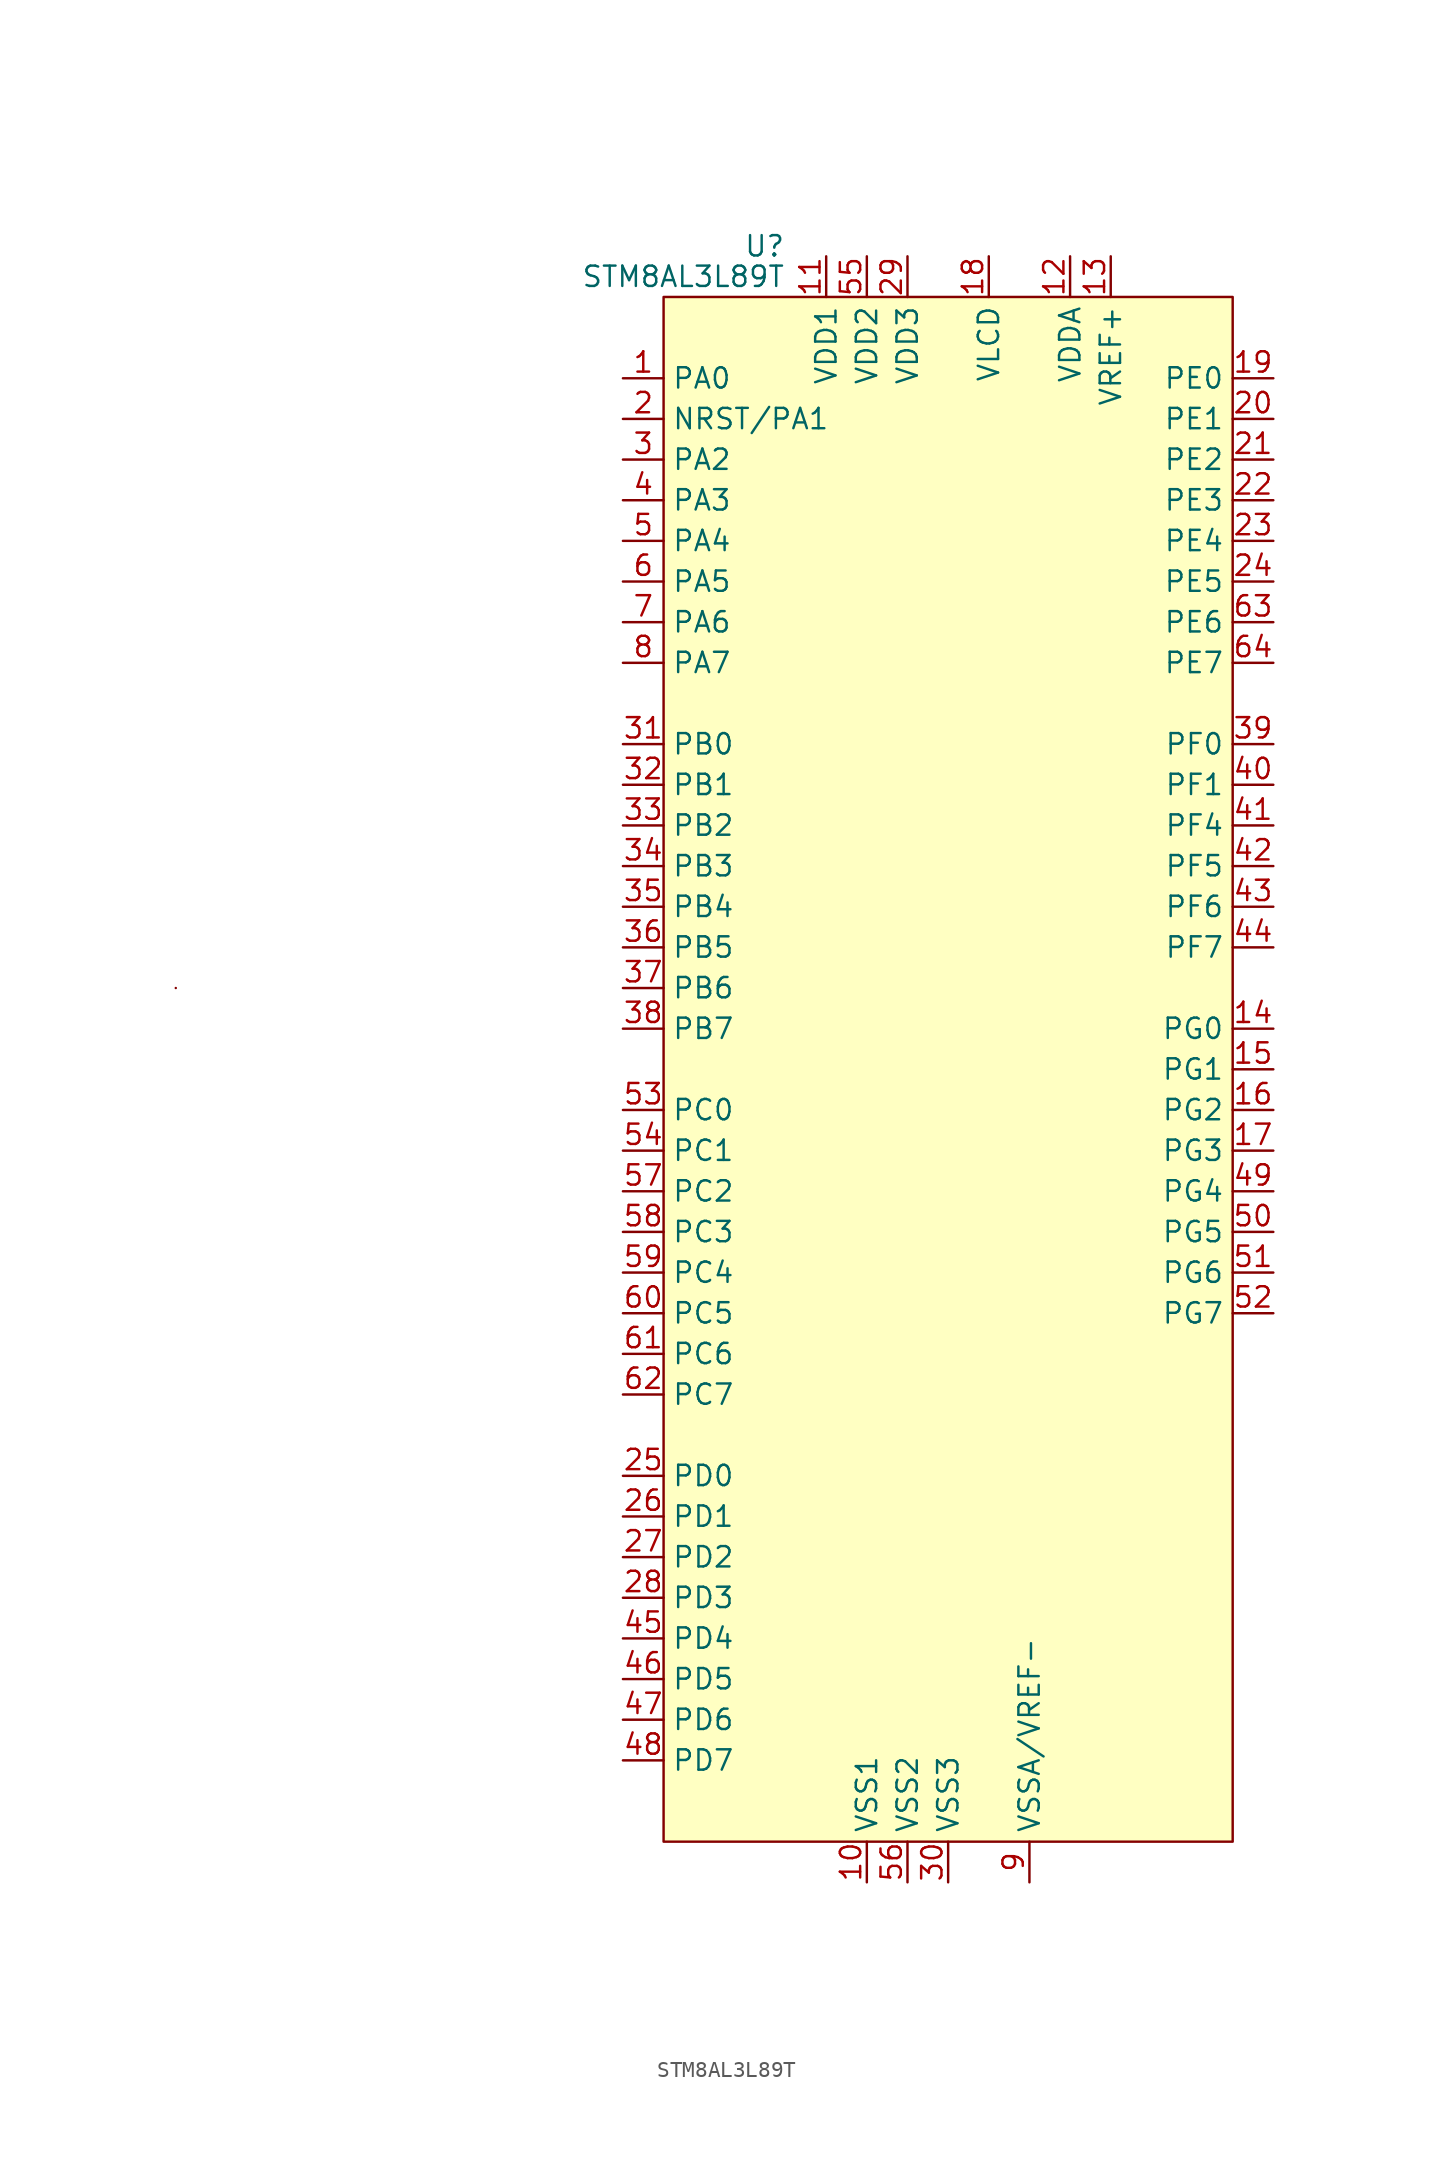
<source format=kicad_sym>
(kicad_symbol_lib
  (version 20241209)
  (generator "kicad_symbol_editor")
  (generator_version "9.0")
  (symbol "STM8AL3L89T"
    (property "Reference" "U"
      (at -10.16 51.435 0)
      (effects (font (size 1.27 1.27)) (justify right)))
    (property "Value" "STM8AL3L89T"
      (at -10.16 49.53 0)
      (effects (font (size 1.27 1.27)) (justify right)))
    (symbol "STM8AL3L89T_0_0"
      (pin bidirectional line (at -20.32 43.18 0) (length 2.54) (name "PA0" (effects (font (size 1.27 1.27)))) (number "1" (effects (font (size 1.27 1.27)))))
      (pin bidirectional line (at -20.32 40.64 0) (length 2.54) (name "NRST/PA1" (effects (font (size 1.27 1.27)))) (number "2" (effects (font (size 1.27 1.27)))))
      (pin bidirectional line (at -20.32 38.1 0) (length 2.54) (name "PA2" (effects (font (size 1.27 1.27)))) (number "3" (effects (font (size 1.27 1.27)))))
      (pin bidirectional line (at -20.32 35.56 0) (length 2.54) (name "PA3" (effects (font (size 1.27 1.27)))) (number "4" (effects (font (size 1.27 1.27)))))
      (pin bidirectional line (at -20.32 33.02 0) (length 2.54) (name "PA4" (effects (font (size 1.27 1.27)))) (number "5" (effects (font (size 1.27 1.27)))))
      (pin bidirectional line (at -20.32 30.48 0) (length 2.54) (name "PA5" (effects (font (size 1.27 1.27)))) (number "6" (effects (font (size 1.27 1.27)))))
      (pin bidirectional line (at -20.32 27.94 0) (length 2.54) (name "PA6" (effects (font (size 1.27 1.27)))) (number "7" (effects (font (size 1.27 1.27)))))
      (pin bidirectional line (at -20.32 25.4 0) (length 2.54) (name "PA7" (effects (font (size 1.27 1.27)))) (number "8" (effects (font (size 1.27 1.27)))))
      (pin bidirectional line (at -20.32 20.32 0) (length 2.54) (name "PB0" (effects (font (size 1.27 1.27)))) (number "31" (effects (font (size 1.27 1.27)))))
      (pin bidirectional line (at -20.32 17.78 0) (length 2.54) (name "PB1" (effects (font (size 1.27 1.27)))) (number "32" (effects (font (size 1.27 1.27)))))
      (pin bidirectional line (at -20.32 15.24 0) (length 2.54) (name "PB2" (effects (font (size 1.27 1.27)))) (number "33" (effects (font (size 1.27 1.27)))))
      (pin bidirectional line (at -20.32 12.7 0) (length 2.54) (name "PB3" (effects (font (size 1.27 1.27)))) (number "34" (effects (font (size 1.27 1.27)))))
      (pin bidirectional line (at -20.32 10.16 0) (length 2.54) (name "PB4" (effects (font (size 1.27 1.27)))) (number "35" (effects (font (size 1.27 1.27)))))
      (pin bidirectional line (at -20.32 7.62 0) (length 2.54) (name "PB5" (effects (font (size 1.27 1.27)))) (number "36" (effects (font (size 1.27 1.27)))))
      (pin bidirectional line (at -20.32 5.08 0) (length 2.54) (name "PB6" (effects (font (size 1.27 1.27)))) (number "37" (effects (font (size 1.27 1.27)))))
      (pin bidirectional line (at -20.32 2.54 0) (length 2.54) (name "PB7" (effects (font (size 1.27 1.27)))) (number "38" (effects (font (size 1.27 1.27)))))
      (pin bidirectional line (at -20.32 -2.54 0) (length 2.54) (name "PC0" (effects (font (size 1.27 1.27)))) (number "53" (effects (font (size 1.27 1.27)))))
      (pin bidirectional line (at -20.32 -5.08 0) (length 2.54) (name "PC1" (effects (font (size 1.27 1.27)))) (number "54" (effects (font (size 1.27 1.27)))))
      (pin bidirectional line (at -20.32 -7.62 0) (length 2.54) (name "PC2" (effects (font (size 1.27 1.27)))) (number "57" (effects (font (size 1.27 1.27)))))
      (pin bidirectional line (at -20.32 -10.16 0) (length 2.54) (name "PC3" (effects (font (size 1.27 1.27)))) (number "58" (effects (font (size 1.27 1.27)))))
      (pin bidirectional line (at -20.32 -12.7 0) (length 2.54) (name "PC4" (effects (font (size 1.27 1.27)))) (number "59" (effects (font (size 1.27 1.27)))))
      (pin bidirectional line (at -20.32 -15.24 0) (length 2.54) (name "PC5" (effects (font (size 1.27 1.27)))) (number "60" (effects (font (size 1.27 1.27)))))
      (pin bidirectional line (at -20.32 -17.78 0) (length 2.54) (name "PC6" (effects (font (size 1.27 1.27)))) (number "61" (effects (font (size 1.27 1.27)))))
      (pin bidirectional line (at -20.32 -20.32 0) (length 2.54) (name "PC7" (effects (font (size 1.27 1.27)))) (number "62" (effects (font (size 1.27 1.27)))))
      (pin bidirectional line (at -20.32 -25.4 0) (length 2.54) (name "PD0" (effects (font (size 1.27 1.27)))) (number "25" (effects (font (size 1.27 1.27)))))
      (pin bidirectional line (at -20.32 -27.94 0) (length 2.54) (name "PD1" (effects (font (size 1.27 1.27)))) (number "26" (effects (font (size 1.27 1.27)))))
      (pin bidirectional line (at -20.32 -30.48 0) (length 2.54) (name "PD2" (effects (font (size 1.27 1.27)))) (number "27" (effects (font (size 1.27 1.27)))))
      (pin bidirectional line (at -20.32 -33.02 0) (length 2.54) (name "PD3" (effects (font (size 1.27 1.27)))) (number "28" (effects (font (size 1.27 1.27)))))
      (pin bidirectional line (at -20.32 -35.56 0) (length 2.54) (name "PD4" (effects (font (size 1.27 1.27)))) (number "45" (effects (font (size 1.27 1.27)))))
      (pin bidirectional line (at -20.32 -38.1 0) (length 2.54) (name "PD5" (effects (font (size 1.27 1.27)))) (number "46" (effects (font (size 1.27 1.27)))))
      (pin bidirectional line (at -20.32 -40.64 0) (length 2.54) (name "PD6" (effects (font (size 1.27 1.27)))) (number "47" (effects (font (size 1.27 1.27)))))
      (pin bidirectional line (at -20.32 -43.18 0) (length 2.54) (name "PD7" (effects (font (size 1.27 1.27)))) (number "48" (effects (font (size 1.27 1.27)))))
      (pin power_in line (at -7.62 50.8 270) (length 2.54) (name "VDD1" (effects (font (size 1.27 1.27)))) (number "11" (effects (font (size 1.27 1.27)))))
      (pin power_in line (at -5.08 50.8 270) (length 2.54) (name "VDD2" (effects (font (size 1.27 1.27)))) (number "55" (effects (font (size 1.27 1.27)))))
      (pin power_in line (at -5.08 -50.8 90) (length 2.54) (name "VSS1" (effects (font (size 1.27 1.27)))) (number "10" (effects (font (size 1.27 1.27)))))
      (pin power_in line (at -2.54 50.8 270) (length 2.54) (name "VDD3" (effects (font (size 1.27 1.27)))) (number "29" (effects (font (size 1.27 1.27)))))
      (pin power_in line (at -2.54 -50.8 90) (length 2.54) (name "VSS2" (effects (font (size 1.27 1.27)))) (number "56" (effects (font (size 1.27 1.27)))))
      (pin power_in line (at 0 -50.8 90) (length 2.54) (name "VSS3" (effects (font (size 1.27 1.27)))) (number "30" (effects (font (size 1.27 1.27)))))
      (pin power_in line (at 2.54 50.8 270) (length 2.54) (name "VLCD" (effects (font (size 1.27 1.27)))) (number "18" (effects (font (size 1.27 1.27)))))
      (pin power_in line (at 5.08 -50.8 90) (length 2.54) (name "VSSA/VREF-" (effects (font (size 1.27 1.27)))) (number "9" (effects (font (size 1.27 1.27)))))
      (pin power_in line (at 7.62 50.8 270) (length 2.54) (name "VDDA" (effects (font (size 1.27 1.27)))) (number "12" (effects (font (size 1.27 1.27)))))
      (pin power_in line (at 10.16 50.8 270) (length 2.54) (name "VREF+" (effects (font (size 1.27 1.27)))) (number "13" (effects (font (size 1.27 1.27)))))
      (pin bidirectional line (at 20.32 43.18 180) (length 2.54) (name "PE0" (effects (font (size 1.27 1.27)))) (number "19" (effects (font (size 1.27 1.27)))))
      (pin bidirectional line (at 20.32 40.64 180) (length 2.54) (name "PE1" (effects (font (size 1.27 1.27)))) (number "20" (effects (font (size 1.27 1.27)))))
      (pin bidirectional line (at 20.32 38.1 180) (length 2.54) (name "PE2" (effects (font (size 1.27 1.27)))) (number "21" (effects (font (size 1.27 1.27)))))
      (pin bidirectional line (at 20.32 35.56 180) (length 2.54) (name "PE3" (effects (font (size 1.27 1.27)))) (number "22" (effects (font (size 1.27 1.27)))))
      (pin bidirectional line (at 20.32 33.02 180) (length 2.54) (name "PE4" (effects (font (size 1.27 1.27)))) (number "23" (effects (font (size 1.27 1.27)))))
      (pin bidirectional line (at 20.32 30.48 180) (length 2.54) (name "PE5" (effects (font (size 1.27 1.27)))) (number "24" (effects (font (size 1.27 1.27)))))
      (pin bidirectional line (at 20.32 27.94 180) (length 2.54) (name "PE6" (effects (font (size 1.27 1.27)))) (number "63" (effects (font (size 1.27 1.27)))))
      (pin bidirectional line (at 20.32 25.4 180) (length 2.54) (name "PE7" (effects (font (size 1.27 1.27)))) (number "64" (effects (font (size 1.27 1.27)))))
      (pin bidirectional line (at 20.32 20.32 180) (length 2.54) (name "PF0" (effects (font (size 1.27 1.27)))) (number "39" (effects (font (size 1.27 1.27)))))
      (pin bidirectional line (at 20.32 17.78 180) (length 2.54) (name "PF1" (effects (font (size 1.27 1.27)))) (number "40" (effects (font (size 1.27 1.27)))))
      (pin bidirectional line (at 20.32 15.24 180) (length 2.54) (name "PF4" (effects (font (size 1.27 1.27)))) (number "41" (effects (font (size 1.27 1.27)))))
      (pin bidirectional line (at 20.32 12.7 180) (length 2.54) (name "PF5" (effects (font (size 1.27 1.27)))) (number "42" (effects (font (size 1.27 1.27)))))
      (pin bidirectional line (at 20.32 10.16 180) (length 2.54) (name "PF6" (effects (font (size 1.27 1.27)))) (number "43" (effects (font (size 1.27 1.27)))))
      (pin bidirectional line (at 20.32 7.62 180) (length 2.54) (name "PF7" (effects (font (size 1.27 1.27)))) (number "44" (effects (font (size 1.27 1.27)))))
      (pin bidirectional line (at 20.32 2.54 180) (length 2.54) (name "PG0" (effects (font (size 1.27 1.27)))) (number "14" (effects (font (size 1.27 1.27)))))
      (pin bidirectional line (at 20.32 0 180) (length 2.54) (name "PG1" (effects (font (size 1.27 1.27)))) (number "15" (effects (font (size 1.27 1.27)))))
      (pin bidirectional line (at 20.32 -2.54 180) (length 2.54) (name "PG2" (effects (font (size 1.27 1.27)))) (number "16" (effects (font (size 1.27 1.27)))))
      (pin bidirectional line (at 20.32 -5.08 180) (length 2.54) (name "PG3" (effects (font (size 1.27 1.27)))) (number "17" (effects (font (size 1.27 1.27)))))
      (pin bidirectional line (at 20.32 -7.62 180) (length 2.54) (name "PG4" (effects (font (size 1.27 1.27)))) (number "49" (effects (font (size 1.27 1.27)))))
      (pin bidirectional line (at 20.32 -10.16 180) (length 2.54) (name "PG5" (effects (font (size 1.27 1.27)))) (number "50" (effects (font (size 1.27 1.27)))))
      (pin bidirectional line (at 20.32 -12.7 180) (length 2.54) (name "PG6" (effects (font (size 1.27 1.27)))) (number "51" (effects (font (size 1.27 1.27)))))
      (pin bidirectional line (at 20.32 -15.24 180) (length 2.54) (name "PG7" (effects (font (size 1.27 1.27)))) (number "52" (effects (font (size 1.27 1.27))))))
    (symbol "STM8AL3L89T_0_1"
      (rectangle (start -48.26 5.08) (end -48.26 5.08) (stroke (width 0.152) (type default)) (fill (type none)))
      (rectangle (start -17.78 48.26) (end 17.78 -48.26) (stroke (width 0) (type default)) (fill (type background))))))
</source>
